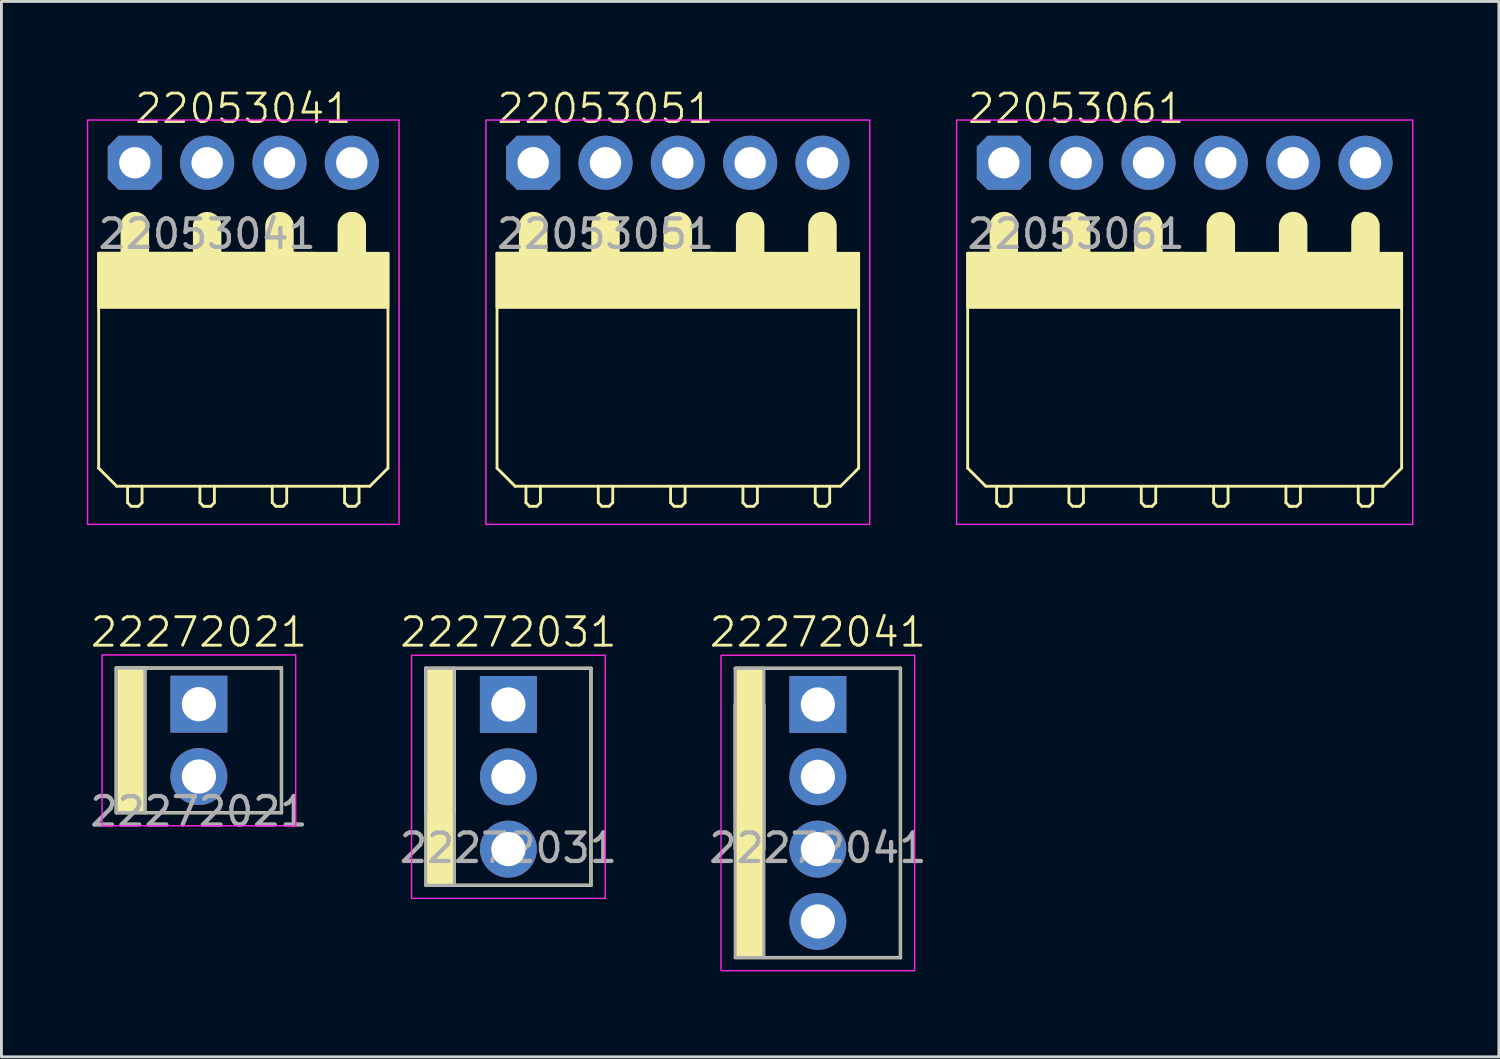
<source format=kicad_pcb>
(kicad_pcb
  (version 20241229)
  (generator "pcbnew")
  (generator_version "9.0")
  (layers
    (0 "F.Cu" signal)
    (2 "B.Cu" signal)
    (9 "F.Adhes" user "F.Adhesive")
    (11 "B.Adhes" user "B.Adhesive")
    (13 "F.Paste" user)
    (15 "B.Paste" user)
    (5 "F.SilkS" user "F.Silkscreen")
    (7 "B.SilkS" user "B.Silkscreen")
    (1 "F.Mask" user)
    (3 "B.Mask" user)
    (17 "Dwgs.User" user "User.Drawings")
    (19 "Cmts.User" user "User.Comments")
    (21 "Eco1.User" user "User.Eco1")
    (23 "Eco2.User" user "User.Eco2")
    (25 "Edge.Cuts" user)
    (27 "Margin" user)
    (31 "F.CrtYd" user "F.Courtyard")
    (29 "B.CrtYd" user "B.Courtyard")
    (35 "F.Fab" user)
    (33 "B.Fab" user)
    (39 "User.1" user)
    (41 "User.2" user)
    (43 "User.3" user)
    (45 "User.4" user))
  (footprint "22053051"
    (layer "F.Cu")
    (at 20.755 2.666)
    (property "Reference" "22053051" (at -2.54 -1.905 0) (unlocked yes) (layer "F.SilkS") (effects (font (size 1 1) (thickness 0.1))))
    (attr through_hole)
    (fp_line (start -6.35 10.725) (end -6.35 3.18) (stroke (width 0.1) (type default)) (layer "F.SilkS"))
    (fp_line (start -6.35 10.725) (end -5.715 11.36) (stroke (width 0.1) (type default)) (layer "F.SilkS"))
    (fp_line (start -5.715 11.36) (end 5.715 11.36) (stroke (width 0.1) (type default)) (layer "F.SilkS"))
    (fp_line (start -5.334 11.938) (end -5.334 11.36) (stroke (width 0.1) (type default)) (layer "F.SilkS"))
    (fp_line (start -5.207 12.065) (end -5.334 11.938) (stroke (width 0.1) (type default)) (layer "F.SilkS"))
    (fp_line (start -5.08 3.175) (end -5.08 2.223) (stroke (width 1) (type default)) (layer "F.SilkS"))
    (fp_line (start -5.08 12.065) (end -5.207 12.065) (stroke (width 0.1) (type default)) (layer "F.SilkS"))
    (fp_line (start -5.08 12.065) (end -4.953 12.065) (stroke (width 0.1) (type default)) (layer "F.SilkS"))
    (fp_line (start -4.953 12.065) (end -4.826 11.938) (stroke (width 0.1) (type default)) (layer "F.SilkS"))
    (fp_line (start -4.826 11.938) (end -4.826 11.36) (stroke (width 0.1) (type default)) (layer "F.SilkS"))
    (fp_line (start -2.794 11.938) (end -2.794 11.36) (stroke (width 0.1) (type default)) (layer "F.SilkS"))
    (fp_line (start -2.667 12.065) (end -2.794 11.938) (stroke (width 0.1) (type default)) (layer "F.SilkS"))
    (fp_line (start -2.54 3.18) (end -2.54 2.228) (stroke (width 1) (type default)) (layer "F.SilkS"))
    (fp_line (start -2.54 12.065) (end -2.667 12.065) (stroke (width 0.1) (type default)) (layer "F.SilkS"))
    (fp_line (start -2.54 12.065) (end -2.413 12.065) (stroke (width 0.1) (type default)) (layer "F.SilkS"))
    (fp_line (start -2.413 12.065) (end -2.286 11.938) (stroke (width 0.1) (type default)) (layer "F.SilkS"))
    (fp_line (start -2.286 11.938) (end -2.286 11.36) (stroke (width 0.1) (type default)) (layer "F.SilkS"))
    (fp_line (start -0.254 11.938) (end -0.254 11.36) (stroke (width 0.1) (type default)) (layer "F.SilkS"))
    (fp_line (start -0.127 12.065) (end -0.254 11.938) (stroke (width 0.1) (type default)) (layer "F.SilkS"))
    (fp_line (start 0 3.175) (end 0 2.223) (stroke (width 1) (type default)) (layer "F.SilkS"))
    (fp_line (start 0 12.065) (end -0.127 12.065) (stroke (width 0.1) (type default)) (layer "F.SilkS"))
    (fp_line (start 0 12.065) (end 0.127 12.065) (stroke (width 0.1) (type default)) (layer "F.SilkS"))
    (fp_line (start 0.127 12.065) (end 0.254 11.938) (stroke (width 0.1) (type default)) (layer "F.SilkS"))
    (fp_line (start 0.254 11.938) (end 0.254 11.36) (stroke (width 0.1) (type default)) (layer "F.SilkS"))
    (fp_line (start 1.27 3.18) (end -6.35 3.18) (stroke (width 0.1) (type default)) (layer "F.SilkS"))
    (fp_line (start 2.286 11.938) (end 2.286 11.36) (stroke (width 0.1) (type default)) (layer "F.SilkS"))
    (fp_line (start 2.413 12.065) (end 2.286 11.938) (stroke (width 0.1) (type default)) (layer "F.SilkS"))
    (fp_line (start 2.54 3.18) (end 2.54 2.228) (stroke (width 1) (type default)) (layer "F.SilkS"))
    (fp_line (start 2.54 12.065) (end 2.413 12.065) (stroke (width 0.1) (type default)) (layer "F.SilkS"))
    (fp_line (start 2.54 12.065) (end 2.667 12.065) (stroke (width 0.1) (type default)) (layer "F.SilkS"))
    (fp_line (start 2.667 12.065) (end 2.794 11.938) (stroke (width 0.1) (type default)) (layer "F.SilkS"))
    (fp_line (start 2.794 11.938) (end 2.794 11.36) (stroke (width 0.1) (type default)) (layer "F.SilkS"))
    (fp_line (start 4.826 11.938) (end 4.826 11.36) (stroke (width 0.1) (type default)) (layer "F.SilkS"))
    (fp_line (start 4.953 12.065) (end 4.826 11.938) (stroke (width 0.1) (type default)) (layer "F.SilkS"))
    (fp_line (start 5.08 3.175) (end 5.08 2.223) (stroke (width 1) (type default)) (layer "F.SilkS"))
    (fp_line (start 5.08 12.065) (end 4.953 12.065) (stroke (width 0.1) (type default)) (layer "F.SilkS"))
    (fp_line (start 5.08 12.065) (end 5.207 12.065) (stroke (width 0.1) (type default)) (layer "F.SilkS"))
    (fp_line (start 5.207 12.065) (end 5.334 11.938) (stroke (width 0.1) (type default)) (layer "F.SilkS"))
    (fp_line (start 5.334 11.938) (end 5.334 11.36) (stroke (width 0.1) (type default)) (layer "F.SilkS"))
    (fp_line (start 6.35 10.725) (end 5.715 11.36) (stroke (width 0.1) (type default)) (layer "F.SilkS"))
    (fp_line (start 6.35 10.725) (end 6.35 3.18) (stroke (width 0.1) (type default)) (layer "F.SilkS"))
    (fp_rect (start -6.35 3.18) (end 6.35 5.08) (stroke (width 0.1) (type default)) (fill yes) (layer "F.SilkS"))
    (fp_rect (start -6.74 -1.5) (end 6.74 12.7) (stroke (width 0.05) (type default)) (fill no) (layer "F.CrtYd"))
    (fp_text user "${REFERENCE}" (at -2.54 2.5 0) (unlocked yes) (layer "F.Fab") (effects (font (size 1 1) (thickness 0.15))))
    (pad "1" thru_hole roundrect (at -5.08 0) (size 1.9 1.9) (drill 1.1) (layers "*.Cu" "*.Mask") (roundrect_rratio 0.25) (chamfer_ratio 0.2) (chamfer top_left top_right bottom_left bottom_right))
    (pad "2" thru_hole circle (at -2.54 0) (size 1.9 1.9) (drill 1.1) (layers "*.Cu" "*.Mask"))
    (pad "3" thru_hole circle (at 0 0) (size 1.9 1.9) (drill 1.1) (layers "*.Cu" "*.Mask"))
    (pad "4" thru_hole circle (at 2.54 0) (size 1.9 1.9) (drill 1.1) (layers "*.Cu" "*.Mask"))
    (pad "5" thru_hole circle (at 5.08 0) (size 1.9 1.9) (drill 1.1) (layers "*.Cu" "*.Mask")))
  (footprint "22272041"
    (layer "F.Cu")
    (at 25.673 25.501)
    (property "Reference" "22272041" (at 0 -6.35 0) (unlocked yes) (layer "F.SilkS") (effects (font (size 1 1) (thickness 0.1))))
    (attr smd)
    (fp_line (start -2.9 -5.08) (end 2.9 -5.08) (stroke (width 0.12) (type solid)) (layer "F.SilkS"))
    (fp_line (start -2.9 -3.81) (end -2.9 1.27) (stroke (width 0.12) (type solid)) (layer "F.SilkS"))
    (fp_line (start -1.9 -3.81) (end -1.9 1.27) (stroke (width 0.12) (type solid)) (layer "F.SilkS"))
    (fp_line (start 2.9 5.08) (end -2.9 5.08) (stroke (width 0.12) (type solid)) (layer "F.SilkS"))
    (fp_line (start 2.9 5.08) (end 2.9 -5.08) (stroke (width 0.12) (type solid)) (layer "F.SilkS"))
    (fp_rect (start -2.9 -5.08) (end -1.9 5.08) (stroke (width 0.1) (type default)) (fill yes) (layer "F.SilkS"))
    (fp_rect (start -3.4 -5.54) (end 3.4 5.54) (stroke (width 0.05) (type default)) (fill no) (layer "F.CrtYd"))
    (fp_line (start -2.9 -5.08) (end 2.9 -5.08) (stroke (width 0.1) (type solid)) (layer "F.Fab"))
    (fp_line (start -2.9 0) (end -2.9 -5.08) (stroke (width 0.1) (type solid)) (layer "F.Fab"))
    (fp_line (start 2.9 -5.08) (end 2.9 5.08) (stroke (width 0.1) (type solid)) (layer "F.Fab"))
    (fp_line (start 2.9 5.08) (end -2.9 5.08) (stroke (width 0.1) (type solid)) (layer "F.Fab"))
    (fp_rect (start -2.9 -5.08) (end -1.9 5.08) (stroke (width 0.1) (type solid)) (fill no) (layer "F.Fab"))
    (fp_text user "${REFERENCE}" (at 0 1.23 0) (unlocked yes) (layer "F.Fab") (effects (font (size 1 1) (thickness 0.15))))
    (pad "1" thru_hole rect (at 0 -3.81) (size 2 2) (drill 1.2) (layers "*.Cu" "*.Mask"))
    (pad "2" thru_hole oval (at 0 -1.27) (size 2 2) (drill 1.2) (layers "*.Cu" "*.Mask"))
    (pad "3" thru_hole oval (at 0 1.27) (size 2 2) (drill 1.2) (layers "*.Cu" "*.Mask"))
    (pad "4" thru_hole oval (at 0 3.81) (size 2 2) (drill 1.2) (layers "*.Cu" "*.Mask")))
  (footprint "22053061"
    (layer "F.Cu")
    (at 38.555 2.666)
    (property "Reference" "22053061" (at -3.81 -1.905 0) (unlocked yes) (layer "F.SilkS") (effects (font (size 1 1) (thickness 0.1))))
    (attr through_hole)
    (fp_line (start -7.62 10.725) (end -7.62 3.18) (stroke (width 0.1) (type default)) (layer "F.SilkS"))
    (fp_line (start -7.62 10.725) (end -6.985 11.36) (stroke (width 0.1) (type default)) (layer "F.SilkS"))
    (fp_line (start -6.985 11.36) (end 6.985 11.36) (stroke (width 0.1) (type default)) (layer "F.SilkS"))
    (fp_line (start -6.604 11.938) (end -6.604 11.36) (stroke (width 0.1) (type default)) (layer "F.SilkS"))
    (fp_line (start -6.477 12.065) (end -6.604 11.938) (stroke (width 0.1) (type default)) (layer "F.SilkS"))
    (fp_line (start -6.35 3.175) (end -6.35 2.223) (stroke (width 1) (type default)) (layer "F.SilkS"))
    (fp_line (start -6.35 12.065) (end -6.477 12.065) (stroke (width 0.1) (type default)) (layer "F.SilkS"))
    (fp_line (start -6.35 12.065) (end -6.223 12.065) (stroke (width 0.1) (type default)) (layer "F.SilkS"))
    (fp_line (start -6.223 12.065) (end -6.096 11.938) (stroke (width 0.1) (type default)) (layer "F.SilkS"))
    (fp_line (start -6.096 11.938) (end -6.096 11.36) (stroke (width 0.1) (type default)) (layer "F.SilkS"))
    (fp_line (start -4.064 11.938) (end -4.064 11.36) (stroke (width 0.1) (type default)) (layer "F.SilkS"))
    (fp_line (start -3.937 12.065) (end -4.064 11.938) (stroke (width 0.1) (type default)) (layer "F.SilkS"))
    (fp_line (start -3.81 3.18) (end -3.81 2.228) (stroke (width 1) (type default)) (layer "F.SilkS"))
    (fp_line (start -3.81 12.065) (end -3.937 12.065) (stroke (width 0.1) (type default)) (layer "F.SilkS"))
    (fp_line (start -3.81 12.065) (end -3.683 12.065) (stroke (width 0.1) (type default)) (layer "F.SilkS"))
    (fp_line (start -3.683 12.065) (end -3.556 11.938) (stroke (width 0.1) (type default)) (layer "F.SilkS"))
    (fp_line (start -3.556 11.938) (end -3.556 11.36) (stroke (width 0.1) (type default)) (layer "F.SilkS"))
    (fp_line (start -1.524 11.938) (end -1.524 11.36) (stroke (width 0.1) (type default)) (layer "F.SilkS"))
    (fp_line (start -1.397 12.065) (end -1.524 11.938) (stroke (width 0.1) (type default)) (layer "F.SilkS"))
    (fp_line (start -1.27 3.175) (end -1.27 2.223) (stroke (width 1) (type default)) (layer "F.SilkS"))
    (fp_line (start -1.27 12.065) (end -1.397 12.065) (stroke (width 0.1) (type default)) (layer "F.SilkS"))
    (fp_line (start -1.27 12.065) (end -1.143 12.065) (stroke (width 0.1) (type default)) (layer "F.SilkS"))
    (fp_line (start -1.143 12.065) (end -1.016 11.938) (stroke (width 0.1) (type default)) (layer "F.SilkS"))
    (fp_line (start -1.016 11.938) (end -1.016 11.36) (stroke (width 0.1) (type default)) (layer "F.SilkS"))
    (fp_line (start 0 3.18) (end -7.62 3.18) (stroke (width 0.1) (type default)) (layer "F.SilkS"))
    (fp_line (start 1.016 11.938) (end 1.016 11.36) (stroke (width 0.1) (type default)) (layer "F.SilkS"))
    (fp_line (start 1.143 12.065) (end 1.016 11.938) (stroke (width 0.1) (type default)) (layer "F.SilkS"))
    (fp_line (start 1.27 3.18) (end 1.27 2.228) (stroke (width 1) (type default)) (layer "F.SilkS"))
    (fp_line (start 1.27 12.065) (end 1.143 12.065) (stroke (width 0.1) (type default)) (layer "F.SilkS"))
    (fp_line (start 1.27 12.065) (end 1.397 12.065) (stroke (width 0.1) (type default)) (layer "F.SilkS"))
    (fp_line (start 1.397 12.065) (end 1.524 11.938) (stroke (width 0.1) (type default)) (layer "F.SilkS"))
    (fp_line (start 1.524 11.938) (end 1.524 11.36) (stroke (width 0.1) (type default)) (layer "F.SilkS"))
    (fp_line (start 3.556 11.938) (end 3.556 11.36) (stroke (width 0.1) (type default)) (layer "F.SilkS"))
    (fp_line (start 3.683 12.065) (end 3.556 11.938) (stroke (width 0.1) (type default)) (layer "F.SilkS"))
    (fp_line (start 3.81 3.175) (end 3.81 2.223) (stroke (width 1) (type default)) (layer "F.SilkS"))
    (fp_line (start 3.81 12.065) (end 3.683 12.065) (stroke (width 0.1) (type default)) (layer "F.SilkS"))
    (fp_line (start 3.937 12.065) (end 3.683 12.065) (stroke (width 0.1) (type default)) (layer "F.SilkS"))
    (fp_line (start 3.937 12.065) (end 4.064 11.938) (stroke (width 0.1) (type default)) (layer "F.SilkS"))
    (fp_line (start 4.064 11.938) (end 4.064 11.36) (stroke (width 0.1) (type default)) (layer "F.SilkS"))
    (fp_line (start 6.096 11.938) (end 6.096 11.36) (stroke (width 0.1) (type default)) (layer "F.SilkS"))
    (fp_line (start 6.223 12.065) (end 6.096 11.938) (stroke (width 0.1) (type default)) (layer "F.SilkS"))
    (fp_line (start 6.223 12.065) (end 6.477 12.065) (stroke (width 0.1) (type default)) (layer "F.SilkS"))
    (fp_line (start 6.35 3.175) (end 6.35 2.223) (stroke (width 1) (type default)) (layer "F.SilkS"))
    (fp_line (start 6.477 12.065) (end 6.604 11.938) (stroke (width 0.1) (type default)) (layer "F.SilkS"))
    (fp_line (start 6.604 11.938) (end 6.604 11.36) (stroke (width 0.1) (type default)) (layer "F.SilkS"))
    (fp_line (start 7.62 10.725) (end 6.985 11.36) (stroke (width 0.1) (type default)) (layer "F.SilkS"))
    (fp_line (start 7.62 10.725) (end 7.62 3.18) (stroke (width 0.1) (type default)) (layer "F.SilkS"))
    (fp_rect (start -7.62 3.18) (end 7.62 5.08) (stroke (width 0.1) (type default)) (fill yes) (layer "F.SilkS"))
    (fp_rect (start -8.01 -1.5) (end 8.01 12.7) (stroke (width 0.05) (type default)) (fill no) (layer "F.CrtYd"))
    (fp_text user "${REFERENCE}" (at -3.81 2.5 0) (unlocked yes) (layer "F.Fab") (effects (font (size 1 1) (thickness 0.15))))
    (pad "1" thru_hole roundrect (at -6.35 0) (size 1.9 1.9) (drill 1.1) (layers "*.Cu" "*.Mask") (roundrect_rratio 0.25) (chamfer_ratio 0.2) (chamfer top_left top_right bottom_left bottom_right))
    (pad "2" thru_hole circle (at -3.81 0) (size 1.9 1.9) (drill 1.1) (layers "*.Cu" "*.Mask"))
    (pad "3" thru_hole circle (at -1.27 0) (size 1.9 1.9) (drill 1.1) (layers "*.Cu" "*.Mask"))
    (pad "4" thru_hole circle (at 1.27 0) (size 1.9 1.9) (drill 1.1) (layers "*.Cu" "*.Mask"))
    (pad "5" thru_hole circle (at 3.81 0) (size 1.9 1.9) (drill 1.1) (layers "*.Cu" "*.Mask"))
    (pad "6" thru_hole circle (at 6.35 0) (size 1.9 1.9) (drill 1.1) (layers "*.Cu" "*.Mask")))
  (footprint "22053041"
    (layer "F.Cu")
    (at 5.495 2.666)
    (property "Reference" "22053041" (at 0 -1.905 0) (unlocked yes) (layer "F.SilkS") (effects (font (size 1 1) (thickness 0.1))))
    (attr through_hole)
    (fp_line (start -5.08 10.725) (end -5.08 3.18) (stroke (width 0.1) (type default)) (layer "F.SilkS"))
    (fp_line (start -5.08 10.725) (end -4.445 11.36) (stroke (width 0.1) (type default)) (layer "F.SilkS"))
    (fp_line (start -4.445 11.36) (end 4.445 11.36) (stroke (width 0.1) (type default)) (layer "F.SilkS"))
    (fp_line (start -4.064 11.938) (end -4.064 11.36) (stroke (width 0.1) (type default)) (layer "F.SilkS"))
    (fp_line (start -3.937 12.065) (end -4.064 11.938) (stroke (width 0.1) (type default)) (layer "F.SilkS"))
    (fp_line (start -3.81 3.175) (end -3.81 2.223) (stroke (width 1) (type default)) (layer "F.SilkS"))
    (fp_line (start -3.81 12.065) (end -3.937 12.065) (stroke (width 0.1) (type default)) (layer "F.SilkS"))
    (fp_line (start -3.81 12.065) (end -3.683 12.065) (stroke (width 0.1) (type default)) (layer "F.SilkS"))
    (fp_line (start -3.683 12.065) (end -3.556 11.938) (stroke (width 0.1) (type default)) (layer "F.SilkS"))
    (fp_line (start -3.556 11.938) (end -3.556 11.36) (stroke (width 0.1) (type default)) (layer "F.SilkS"))
    (fp_line (start -1.524 11.938) (end -1.524 11.36) (stroke (width 0.1) (type default)) (layer "F.SilkS"))
    (fp_line (start -1.397 12.065) (end -1.524 11.938) (stroke (width 0.1) (type default)) (layer "F.SilkS"))
    (fp_line (start -1.27 3.18) (end -1.27 2.228) (stroke (width 1) (type default)) (layer "F.SilkS"))
    (fp_line (start -1.27 12.065) (end -1.397 12.065) (stroke (width 0.1) (type default)) (layer "F.SilkS"))
    (fp_line (start -1.27 12.065) (end -1.143 12.065) (stroke (width 0.1) (type default)) (layer "F.SilkS"))
    (fp_line (start -1.143 12.065) (end -1.016 11.938) (stroke (width 0.1) (type default)) (layer "F.SilkS"))
    (fp_line (start -1.016 11.938) (end -1.016 11.36) (stroke (width 0.1) (type default)) (layer "F.SilkS"))
    (fp_line (start 1.016 11.938) (end 1.016 11.36) (stroke (width 0.1) (type default)) (layer "F.SilkS"))
    (fp_line (start 1.143 12.065) (end 1.016 11.938) (stroke (width 0.1) (type default)) (layer "F.SilkS"))
    (fp_line (start 1.27 3.175) (end 1.27 2.223) (stroke (width 1) (type default)) (layer "F.SilkS"))
    (fp_line (start 1.27 12.065) (end 1.143 12.065) (stroke (width 0.1) (type default)) (layer "F.SilkS"))
    (fp_line (start 1.27 12.065) (end 1.397 12.065) (stroke (width 0.1) (type default)) (layer "F.SilkS"))
    (fp_line (start 1.397 12.065) (end 1.524 11.938) (stroke (width 0.1) (type default)) (layer "F.SilkS"))
    (fp_line (start 1.524 11.938) (end 1.524 11.36) (stroke (width 0.1) (type default)) (layer "F.SilkS"))
    (fp_line (start 2.54 3.18) (end -5.08 3.18) (stroke (width 0.1) (type default)) (layer "F.SilkS"))
    (fp_line (start 3.556 11.938) (end 3.556 11.36) (stroke (width 0.1) (type default)) (layer "F.SilkS"))
    (fp_line (start 3.683 12.065) (end 3.556 11.938) (stroke (width 0.1) (type default)) (layer "F.SilkS"))
    (fp_line (start 3.81 3.175) (end 3.81 2.223) (stroke (width 1) (type default)) (layer "F.SilkS"))
    (fp_line (start 3.81 12.065) (end 3.683 12.065) (stroke (width 0.1) (type default)) (layer "F.SilkS"))
    (fp_line (start 3.81 12.065) (end 3.937 12.065) (stroke (width 0.1) (type default)) (layer "F.SilkS"))
    (fp_line (start 3.937 12.065) (end 4.064 11.938) (stroke (width 0.1) (type default)) (layer "F.SilkS"))
    (fp_line (start 4.064 11.938) (end 4.064 11.36) (stroke (width 0.1) (type default)) (layer "F.SilkS"))
    (fp_line (start 5.08 10.725) (end 4.445 11.36) (stroke (width 0.1) (type default)) (layer "F.SilkS"))
    (fp_line (start 5.08 10.725) (end 5.08 3.18) (stroke (width 0.1) (type default)) (layer "F.SilkS"))
    (fp_rect (start -5.08 3.18) (end 5.08 5.08) (stroke (width 0.1) (type default)) (fill yes) (layer "F.SilkS"))
    (fp_rect (start -5.47 -1.5) (end 5.47 12.7) (stroke (width 0.05) (type default)) (fill no) (layer "F.CrtYd"))
    (fp_text user "${REFERENCE}" (at -1.27 2.5 0) (unlocked yes) (layer "F.Fab") (effects (font (size 1 1) (thickness 0.15))))
    (pad "1" thru_hole roundrect (at -3.81 0) (size 1.9 1.9) (drill 1.1) (layers "*.Cu" "*.Mask") (roundrect_rratio 0.25) (chamfer_ratio 0.2) (chamfer top_left top_right bottom_left bottom_right))
    (pad "2" thru_hole circle (at -1.27 0) (size 1.9 1.9) (drill 1.1) (layers "*.Cu" "*.Mask"))
    (pad "3" thru_hole circle (at 1.27 0) (size 1.9 1.9) (drill 1.1) (layers "*.Cu" "*.Mask"))
    (pad "4" thru_hole circle (at 3.81 0) (size 1.9 1.9) (drill 1.1) (layers "*.Cu" "*.Mask")))
  (footprint "22272031"
    (layer "F.Cu")
    (at 14.804 24.231)
    (property "Reference" "22272031" (at 0 -5.08 0) (unlocked yes) (layer "F.SilkS") (effects (font (size 1 1) (thickness 0.1))))
    (attr smd)
    (fp_line (start -2.9 -3.81) (end -2.9 1.27) (stroke (width 0.12) (type solid)) (layer "F.SilkS"))
    (fp_line (start -2.9 -3.81) (end 2.9 -3.81) (stroke (width 0.12) (type solid)) (layer "F.SilkS"))
    (fp_line (start -1.9 -3.81) (end -1.9 1.27) (stroke (width 0.12) (type solid)) (layer "F.SilkS"))
    (fp_line (start 2.9 3.81) (end -2.9 3.81) (stroke (width 0.12) (type solid)) (layer "F.SilkS"))
    (fp_line (start 2.9 3.81) (end 2.9 -3.81) (stroke (width 0.12) (type solid)) (layer "F.SilkS"))
    (fp_rect (start -2.9 -3.81) (end -1.9 3.81) (stroke (width 0.1) (type default)) (fill yes) (layer "F.SilkS"))
    (fp_rect (start -3.4 -4.27) (end 3.4 4.27) (stroke (width 0.05) (type default)) (fill no) (layer "F.CrtYd"))
    (fp_line (start -2.9 -3.81) (end 2.9 -3.81) (stroke (width 0.1) (type solid)) (layer "F.Fab"))
    (fp_line (start -2.9 1.27) (end -2.9 -3.81) (stroke (width 0.1) (type solid)) (layer "F.Fab"))
    (fp_line (start 2.9 -3.81) (end 2.9 3.81) (stroke (width 0.1) (type solid)) (layer "F.Fab"))
    (fp_line (start 2.9 3.81) (end -2.9 3.81) (stroke (width 0.1) (type solid)) (layer "F.Fab"))
    (fp_rect (start -2.9 -3.81) (end -1.9 3.81) (stroke (width 0.1) (type solid)) (fill no) (layer "F.Fab"))
    (fp_text user "${REFERENCE}" (at 0 2.5 0) (unlocked yes) (layer "F.Fab") (effects (font (size 1 1) (thickness 0.15))))
    (pad "1" thru_hole rect (at 0 -2.54) (size 2 2) (drill 1.2) (layers "*.Cu" "*.Mask"))
    (pad "2" thru_hole oval (at 0 0) (size 2 2) (drill 1.2) (layers "*.Cu" "*.Mask"))
    (pad "3" thru_hole oval (at 0 2.54) (size 2 2) (drill 1.2) (layers "*.Cu" "*.Mask")))
  (footprint "22272021"
    (layer "F.Cu")
    (at 3.935 22.951)
    (property "Reference" "22272021" (at 0 -3.8 0) (unlocked yes) (layer "F.SilkS") (effects (font (size 1 1) (thickness 0.1))))
    (attr smd)
    (fp_line (start -2.9 -2.54) (end -2.9 2.54) (stroke (width 0.12) (type solid)) (layer "F.SilkS"))
    (fp_line (start -2.9 -2.54) (end 2.9 -2.54) (stroke (width 0.12) (type solid)) (layer "F.SilkS"))
    (fp_line (start -1.9 -2.54) (end -1.9 2.54) (stroke (width 0.12) (type solid)) (layer "F.SilkS"))
    (fp_line (start 2.9 2.54) (end -2.9 2.54) (stroke (width 0.12) (type solid)) (layer "F.SilkS"))
    (fp_line (start 2.9 2.54) (end 2.9 -2.54) (stroke (width 0.12) (type solid)) (layer "F.SilkS"))
    (fp_rect (start -2.9 -2.54) (end -1.9 2.54) (stroke (width 0.1) (type default)) (fill yes) (layer "F.SilkS"))
    (fp_rect (start -3.4 -3) (end 3.4 3) (stroke (width 0.05) (type default)) (fill no) (layer "F.CrtYd"))
    (fp_line (start -2.9 -2.54) (end 2.9 -2.54) (stroke (width 0.1) (type solid)) (layer "F.Fab"))
    (fp_line (start -2.9 2.54) (end -2.9 -2.54) (stroke (width 0.1) (type solid)) (layer "F.Fab"))
    (fp_line (start 2.9 -2.54) (end 2.9 2.54) (stroke (width 0.1) (type solid)) (layer "F.Fab"))
    (fp_line (start 2.9 2.54) (end -2.9 2.54) (stroke (width 0.1) (type solid)) (layer "F.Fab"))
    (fp_rect (start -2.9 -2.54) (end -1.9 2.54) (stroke (width 0.1) (type solid)) (fill no) (layer "F.Fab"))
    (fp_text user "${REFERENCE}" (at 0 2.5 0) (unlocked yes) (layer "F.Fab") (effects (font (size 1 1) (thickness 0.15))))
    (pad "1" thru_hole rect (at 0 -1.27) (size 2 2) (drill 1.2) (layers "*.Cu" "*.Mask"))
    (pad "2" thru_hole oval (at 0 1.27) (size 2 2) (drill 1.2) (layers "*.Cu" "*.Mask")))
  (gr_rect
    (start -3 -3)
    (end 49.59 34.066)
    (stroke (width 0.1) (type default))
    (fill no)
    (layer "Edge.Cuts")))
</source>
